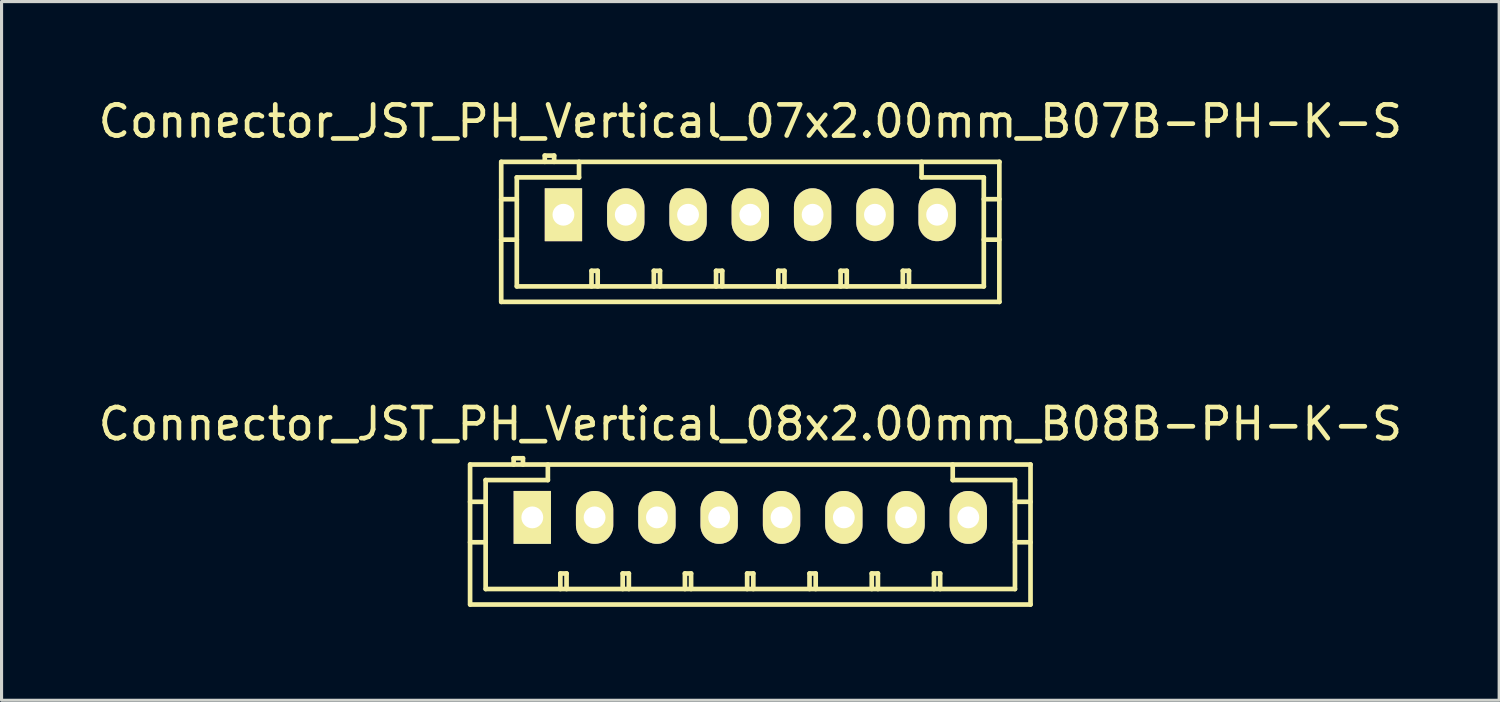
<source format=kicad_pcb>
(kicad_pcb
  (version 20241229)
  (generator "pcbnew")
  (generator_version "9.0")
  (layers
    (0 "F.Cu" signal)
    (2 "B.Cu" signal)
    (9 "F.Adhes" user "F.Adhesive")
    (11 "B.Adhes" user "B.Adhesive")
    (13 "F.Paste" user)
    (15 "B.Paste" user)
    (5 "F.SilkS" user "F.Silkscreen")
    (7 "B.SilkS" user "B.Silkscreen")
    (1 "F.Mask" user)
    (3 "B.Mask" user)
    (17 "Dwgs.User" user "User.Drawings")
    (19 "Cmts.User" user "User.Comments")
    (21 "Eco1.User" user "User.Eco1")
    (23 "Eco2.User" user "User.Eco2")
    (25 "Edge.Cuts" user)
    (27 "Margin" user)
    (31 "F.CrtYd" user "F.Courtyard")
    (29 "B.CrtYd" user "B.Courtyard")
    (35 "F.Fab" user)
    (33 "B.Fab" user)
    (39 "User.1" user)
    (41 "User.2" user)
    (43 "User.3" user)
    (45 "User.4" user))
  (footprint "Connector_JST_PH_Vertical_08x2.00mm_B08B-PH-K-S"
    (layer "F.Cu")
    (at 14.054 13.57)
    (property "Reference" "Connector_JST_PH_Vertical_08x2.00mm_B08B-PH-K-S" (at 7 -3 0) (layer "F.SilkS") (effects (font (size 1 1) (thickness 0.15))))
    (attr through_hole)
    (fp_line (start -2.004 -1.699) (end -2.004 2.799) (stroke (width 0.15) (type solid)) (layer "F.SilkS"))
    (fp_line (start -1.999 -1.699) (end 15.999 -1.699) (stroke (width 0.15) (type solid)) (layer "F.SilkS"))
    (fp_line (start -1.999 2.799) (end 15.999 2.799) (stroke (width 0.15) (type solid)) (layer "F.SilkS"))
    (fp_line (start -1.504 -1.199) (end -1.504 2.301) (stroke (width 0.15) (type solid)) (layer "F.SilkS"))
    (fp_line (start -1.504 -0.5) (end -2.004 -0.5) (stroke (width 0.15) (type solid)) (layer "F.SilkS"))
    (fp_line (start -1.504 0.8) (end -2.004 0.8) (stroke (width 0.15) (type solid)) (layer "F.SilkS"))
    (fp_line (start -0.605 -1.9) (end -0.605 -1.699) (stroke (width 0.15) (type solid)) (layer "F.SilkS"))
    (fp_line (start -0.305 -1.9) (end -0.605 -1.9) (stroke (width 0.15) (type solid)) (layer "F.SilkS"))
    (fp_line (start -0.305 -1.699) (end -0.305 -1.9) (stroke (width 0.15) (type solid)) (layer "F.SilkS"))
    (fp_line (start 0.495 -1.699) (end 0.495 -1.199) (stroke (width 0.15) (type solid)) (layer "F.SilkS"))
    (fp_line (start 0.495 -1.199) (end -1.504 -1.199) (stroke (width 0.15) (type solid)) (layer "F.SilkS"))
    (fp_line (start 0.896 1.801) (end 1.095 1.801) (stroke (width 0.15) (type solid)) (layer "F.SilkS"))
    (fp_line (start 0.896 2.301) (end 0.896 1.801) (stroke (width 0.15) (type solid)) (layer "F.SilkS"))
    (fp_line (start 1.095 1.801) (end 1.095 2.301) (stroke (width 0.15) (type solid)) (layer "F.SilkS"))
    (fp_line (start 2.898 1.801) (end 3.096 1.801) (stroke (width 0.15) (type solid)) (layer "F.SilkS"))
    (fp_line (start 2.898 2.301) (end 2.898 1.801) (stroke (width 0.15) (type solid)) (layer "F.SilkS"))
    (fp_line (start 3.096 1.801) (end 3.096 2.301) (stroke (width 0.15) (type solid)) (layer "F.SilkS"))
    (fp_line (start 4.897 1.801) (end 5.095 1.801) (stroke (width 0.15) (type solid)) (layer "F.SilkS"))
    (fp_line (start 4.897 2.301) (end 4.897 1.801) (stroke (width 0.15) (type solid)) (layer "F.SilkS"))
    (fp_line (start 5.095 1.801) (end 5.095 2.301) (stroke (width 0.15) (type solid)) (layer "F.SilkS"))
    (fp_line (start 6.896 1.801) (end 7.094 1.801) (stroke (width 0.15) (type solid)) (layer "F.SilkS"))
    (fp_line (start 6.896 2.301) (end 6.896 1.801) (stroke (width 0.15) (type solid)) (layer "F.SilkS"))
    (fp_line (start 7.094 1.801) (end 7.094 2.301) (stroke (width 0.15) (type solid)) (layer "F.SilkS"))
    (fp_line (start 8.9 1.801) (end 9.098 1.801) (stroke (width 0.15) (type solid)) (layer "F.SilkS"))
    (fp_line (start 8.9 2.301) (end 8.9 1.801) (stroke (width 0.15) (type solid)) (layer "F.SilkS"))
    (fp_line (start 9.098 1.801) (end 9.098 2.301) (stroke (width 0.15) (type solid)) (layer "F.SilkS"))
    (fp_line (start 10.899 1.801) (end 11.097 1.801) (stroke (width 0.15) (type solid)) (layer "F.SilkS"))
    (fp_line (start 10.899 2.301) (end 10.899 1.801) (stroke (width 0.15) (type solid)) (layer "F.SilkS"))
    (fp_line (start 11.097 1.801) (end 11.097 2.301) (stroke (width 0.15) (type solid)) (layer "F.SilkS"))
    (fp_line (start 12.898 1.801) (end 13.096 1.801) (stroke (width 0.15) (type solid)) (layer "F.SilkS"))
    (fp_line (start 12.898 2.301) (end 12.898 1.801) (stroke (width 0.15) (type solid)) (layer "F.SilkS"))
    (fp_line (start 13.096 1.801) (end 13.096 2.301) (stroke (width 0.15) (type solid)) (layer "F.SilkS"))
    (fp_line (start 13.5 -1.199) (end 13.5 -1.699) (stroke (width 0.15) (type solid)) (layer "F.SilkS"))
    (fp_line (start 15.499 -1.199) (end 13.5 -1.199) (stroke (width 0.15) (type solid)) (layer "F.SilkS"))
    (fp_line (start 15.499 0.8) (end 15.999 0.8) (stroke (width 0.15) (type solid)) (layer "F.SilkS"))
    (fp_line (start 15.499 2.301) (end -1.499 2.301) (stroke (width 0.15) (type solid)) (layer "F.SilkS"))
    (fp_line (start 15.499 2.301) (end 15.499 -1.199) (stroke (width 0.15) (type solid)) (layer "F.SilkS"))
    (fp_line (start 15.999 -1.699) (end 15.999 2.799) (stroke (width 0.15) (type solid)) (layer "F.SilkS"))
    (fp_line (start 15.999 -0.5) (end 15.499 -0.5) (stroke (width 0.15) (type solid)) (layer "F.SilkS"))
    (pad "1" thru_hole rect (at -0.005 0) (size 1.199 1.699) (drill 0.701) (layers "*.Cu" "*.Mask" "F.SilkS"))
    (pad "2" thru_hole oval (at 1.996 0) (size 1.199 1.699) (drill 0.701) (layers "*.Cu" "*.Mask" "F.SilkS"))
    (pad "3" thru_hole oval (at 3.998 0) (size 1.199 1.699) (drill 0.701) (layers "*.Cu" "*.Mask" "F.SilkS"))
    (pad "4" thru_hole oval (at 5.997 0) (size 1.199 1.699) (drill 0.701) (layers "*.Cu" "*.Mask" "F.SilkS"))
    (pad "5" thru_hole oval (at 8.001 0) (size 1.199 1.699) (drill 0.701) (layers "*.Cu" "*.Mask" "F.SilkS"))
    (pad "6" thru_hole oval (at 10.002 0) (size 1.199 1.699) (drill 0.701) (layers "*.Cu" "*.Mask" "F.SilkS"))
    (pad "7" thru_hole oval (at 12.001 0) (size 1.199 1.699) (drill 0.701) (layers "*.Cu" "*.Mask" "F.SilkS"))
    (pad "8" thru_hole oval (at 14 0) (size 1.199 1.699) (drill 0.701) (layers "*.Cu" "*.Mask" "F.SilkS")))
  (footprint "Connector_JST_PH_Vertical_07x2.00mm_B07B-PH-K-S"
    (layer "F.Cu")
    (at 15.054 3.848)
    (property "Reference" "Connector_JST_PH_Vertical_07x2.00mm_B07B-PH-K-S" (at 6 -3 0) (layer "F.SilkS") (effects (font (size 1 1) (thickness 0.15))))
    (attr through_hole)
    (fp_line (start -2.004 -1.699) (end -2.004 2.799) (stroke (width 0.15) (type solid)) (layer "F.SilkS"))
    (fp_line (start -2.001 -1.699) (end 14.001 -1.699) (stroke (width 0.15) (type solid)) (layer "F.SilkS"))
    (fp_line (start -2.001 2.799) (end 14.001 2.799) (stroke (width 0.15) (type solid)) (layer "F.SilkS"))
    (fp_line (start -1.503 -1.199) (end -1.503 2.301) (stroke (width 0.15) (type solid)) (layer "F.SilkS"))
    (fp_line (start -1.503 -0.5) (end -2.004 -0.5) (stroke (width 0.15) (type solid)) (layer "F.SilkS"))
    (fp_line (start -1.503 0.8) (end -2.004 0.8) (stroke (width 0.15) (type solid)) (layer "F.SilkS"))
    (fp_line (start -0.604 -1.9) (end -0.604 -1.699) (stroke (width 0.15) (type solid)) (layer "F.SilkS"))
    (fp_line (start -0.304 -1.9) (end -0.604 -1.9) (stroke (width 0.15) (type solid)) (layer "F.SilkS"))
    (fp_line (start -0.304 -1.699) (end -0.304 -1.9) (stroke (width 0.15) (type solid)) (layer "F.SilkS"))
    (fp_line (start 0.496 -1.699) (end 0.496 -1.199) (stroke (width 0.15) (type solid)) (layer "F.SilkS"))
    (fp_line (start 0.496 -1.199) (end -1.503 -1.199) (stroke (width 0.15) (type solid)) (layer "F.SilkS"))
    (fp_line (start 0.897 1.801) (end 1.095 1.801) (stroke (width 0.15) (type solid)) (layer "F.SilkS"))
    (fp_line (start 0.897 2.301) (end 0.897 1.801) (stroke (width 0.15) (type solid)) (layer "F.SilkS"))
    (fp_line (start 1.095 1.801) (end 1.095 2.301) (stroke (width 0.15) (type solid)) (layer "F.SilkS"))
    (fp_line (start 2.899 1.801) (end 3.097 1.801) (stroke (width 0.15) (type solid)) (layer "F.SilkS"))
    (fp_line (start 2.899 2.301) (end 2.899 1.801) (stroke (width 0.15) (type solid)) (layer "F.SilkS"))
    (fp_line (start 3.097 1.801) (end 3.097 2.301) (stroke (width 0.15) (type solid)) (layer "F.SilkS"))
    (fp_line (start 4.898 1.801) (end 5.096 1.801) (stroke (width 0.15) (type solid)) (layer "F.SilkS"))
    (fp_line (start 4.898 2.301) (end 4.898 1.801) (stroke (width 0.15) (type solid)) (layer "F.SilkS"))
    (fp_line (start 5.096 1.801) (end 5.096 2.301) (stroke (width 0.15) (type solid)) (layer "F.SilkS"))
    (fp_line (start 6.897 1.801) (end 7.095 1.801) (stroke (width 0.15) (type solid)) (layer "F.SilkS"))
    (fp_line (start 6.897 2.301) (end 6.897 1.801) (stroke (width 0.15) (type solid)) (layer "F.SilkS"))
    (fp_line (start 7.095 1.801) (end 7.095 2.301) (stroke (width 0.15) (type solid)) (layer "F.SilkS"))
    (fp_line (start 8.898 1.801) (end 9.096 1.801) (stroke (width 0.15) (type solid)) (layer "F.SilkS"))
    (fp_line (start 8.898 2.301) (end 8.898 1.801) (stroke (width 0.15) (type solid)) (layer "F.SilkS"))
    (fp_line (start 9.096 1.801) (end 9.096 2.301) (stroke (width 0.15) (type solid)) (layer "F.SilkS"))
    (fp_line (start 10.897 1.801) (end 11.095 1.801) (stroke (width 0.15) (type solid)) (layer "F.SilkS"))
    (fp_line (start 10.897 2.301) (end 10.897 1.801) (stroke (width 0.15) (type solid)) (layer "F.SilkS"))
    (fp_line (start 11.095 1.801) (end 11.095 2.301) (stroke (width 0.15) (type solid)) (layer "F.SilkS"))
    (fp_line (start 11.499 -1.199) (end 11.499 -1.699) (stroke (width 0.15) (type solid)) (layer "F.SilkS"))
    (fp_line (start 13.498 -1.199) (end 11.499 -1.199) (stroke (width 0.15) (type solid)) (layer "F.SilkS"))
    (fp_line (start 13.498 0.8) (end 13.998 0.8) (stroke (width 0.15) (type solid)) (layer "F.SilkS"))
    (fp_line (start 13.498 2.301) (end 13.498 -1.199) (stroke (width 0.15) (type solid)) (layer "F.SilkS"))
    (fp_line (start 13.501 2.301) (end -1.501 2.301) (stroke (width 0.15) (type solid)) (layer "F.SilkS"))
    (fp_line (start 13.998 -1.699) (end 13.998 2.799) (stroke (width 0.15) (type solid)) (layer "F.SilkS"))
    (fp_line (start 13.998 -0.5) (end 13.498 -0.5) (stroke (width 0.15) (type solid)) (layer "F.SilkS"))
    (pad "1" thru_hole rect (at -0.005 0) (size 1.199 1.699) (drill 0.701) (layers "*.Cu" "*.Mask" "F.SilkS"))
    (pad "2" thru_hole oval (at 1.997 0) (size 1.199 1.699) (drill 0.701) (layers "*.Cu" "*.Mask" "F.SilkS"))
    (pad "3" thru_hole oval (at 3.998 0) (size 1.199 1.699) (drill 0.701) (layers "*.Cu" "*.Mask" "F.SilkS"))
    (pad "4" thru_hole oval (at 5.997 0) (size 1.199 1.699) (drill 0.701) (layers "*.Cu" "*.Mask" "F.SilkS"))
    (pad "5" thru_hole oval (at 7.999 0) (size 1.199 1.699) (drill 0.701) (layers "*.Cu" "*.Mask" "F.SilkS"))
    (pad "6" thru_hole oval (at 10.001 0) (size 1.199 1.699) (drill 0.701) (layers "*.Cu" "*.Mask" "F.SilkS"))
    (pad "7" thru_hole oval (at 11.999 0) (size 1.199 1.699) (drill 0.701) (layers "*.Cu" "*.Mask" "F.SilkS")))
  (gr_rect
    (start -3 -3)
    (end 45.107 19.444)
    (stroke (width 0.1) (type default))
    (fill no)
    (layer "Edge.Cuts")))
</source>
